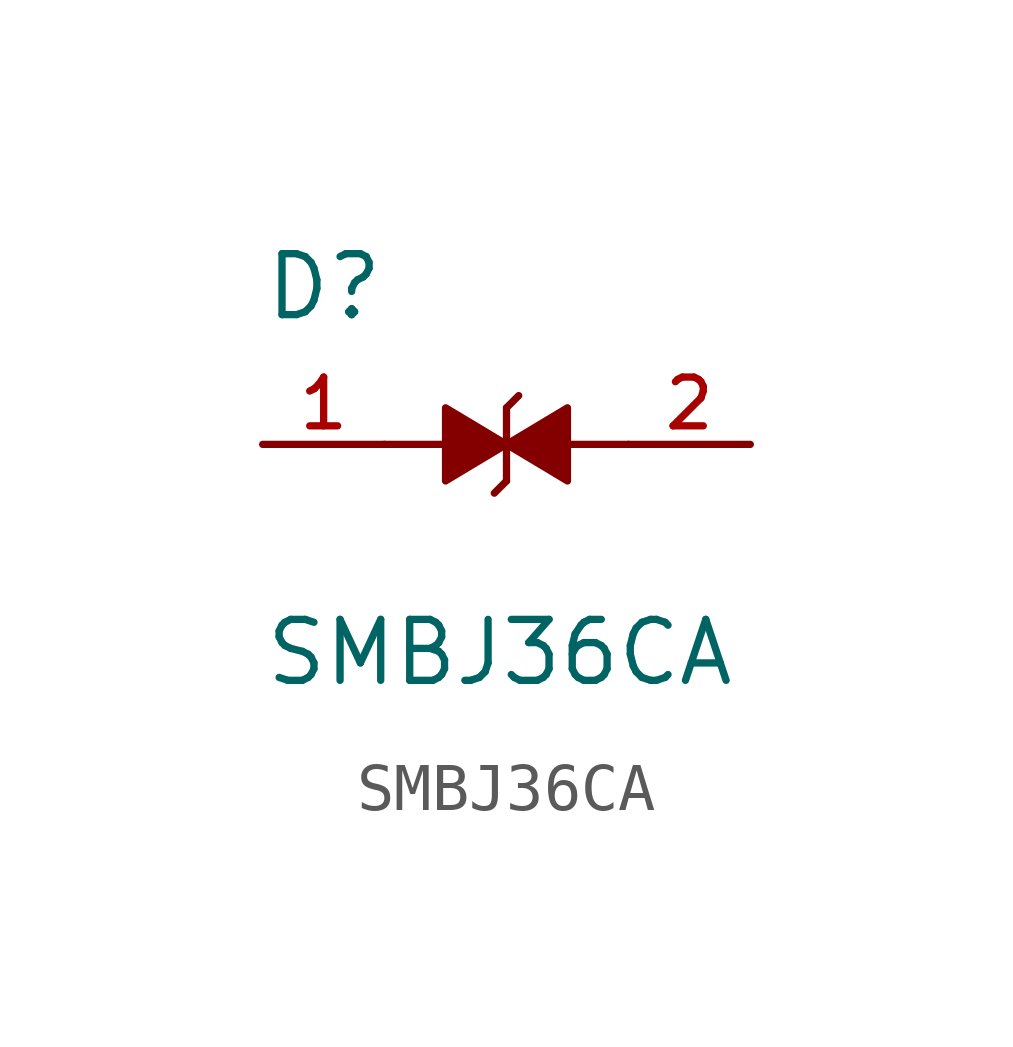
<source format=kicad_sym>
(kicad_symbol_lib
  (version 20211014)
  (generator kicad_symbol_editor)
  (symbol "SMBJ36CA"
    (pin_names
      (offset 1.016))
    (property "Reference" "D"
      (at -5.08 2.54 0)
      (effects (font (size 1.27 1.27)) (justify bottom left)))
    (property "Value" "SMBJ36CA"
      (at -5.08 -5.08 0)
      (effects (font (size 1.27 1.27)) (justify bottom left)))
    (symbol "SMBJ36CA_0_0"
      (polyline (pts (xy 0.0 0.0) (xy -1.27 -0.762) (xy -1.27 0.762) (xy 0.0 0.0)) (stroke (width 0.152)) (fill (type outline)))
      (polyline (pts (xy 0.0 -0.762) (xy 0.0 0.762)) (stroke (width 0.152)))
      (polyline (pts (xy 0.0 0.0) (xy 1.27 0.762) (xy 1.27 -0.762) (xy 0.0 0.0)) (stroke (width 0.152)) (fill (type outline)))
      (polyline (pts (xy 0.0 -0.762) (xy -0.254 -1.016)) (stroke (width 0.152)))
      (polyline (pts (xy 0.0 0.762) (xy 0.254 1.016)) (stroke (width 0.152)))
      (polyline (pts (xy 1.27 0.0) (xy 2.54 0.0)) (stroke (width 0.152)))
      (polyline (pts (xy -1.27 0.0) (xy -2.54 0.0)) (stroke (width 0.152)))
      (pin passive line (at -5.08 0.0 0) (length 2.54) (name "~" (effects (font (size 1.016 1.016)))) (number "1" (effects (font (size 1.016 1.016)))))
      (pin passive line (at 5.08 0.0 180.0) (length 2.54) (name "~" (effects (font (size 1.016 1.016)))) (number "2" (effects (font (size 1.016 1.016))))))))
</source>
